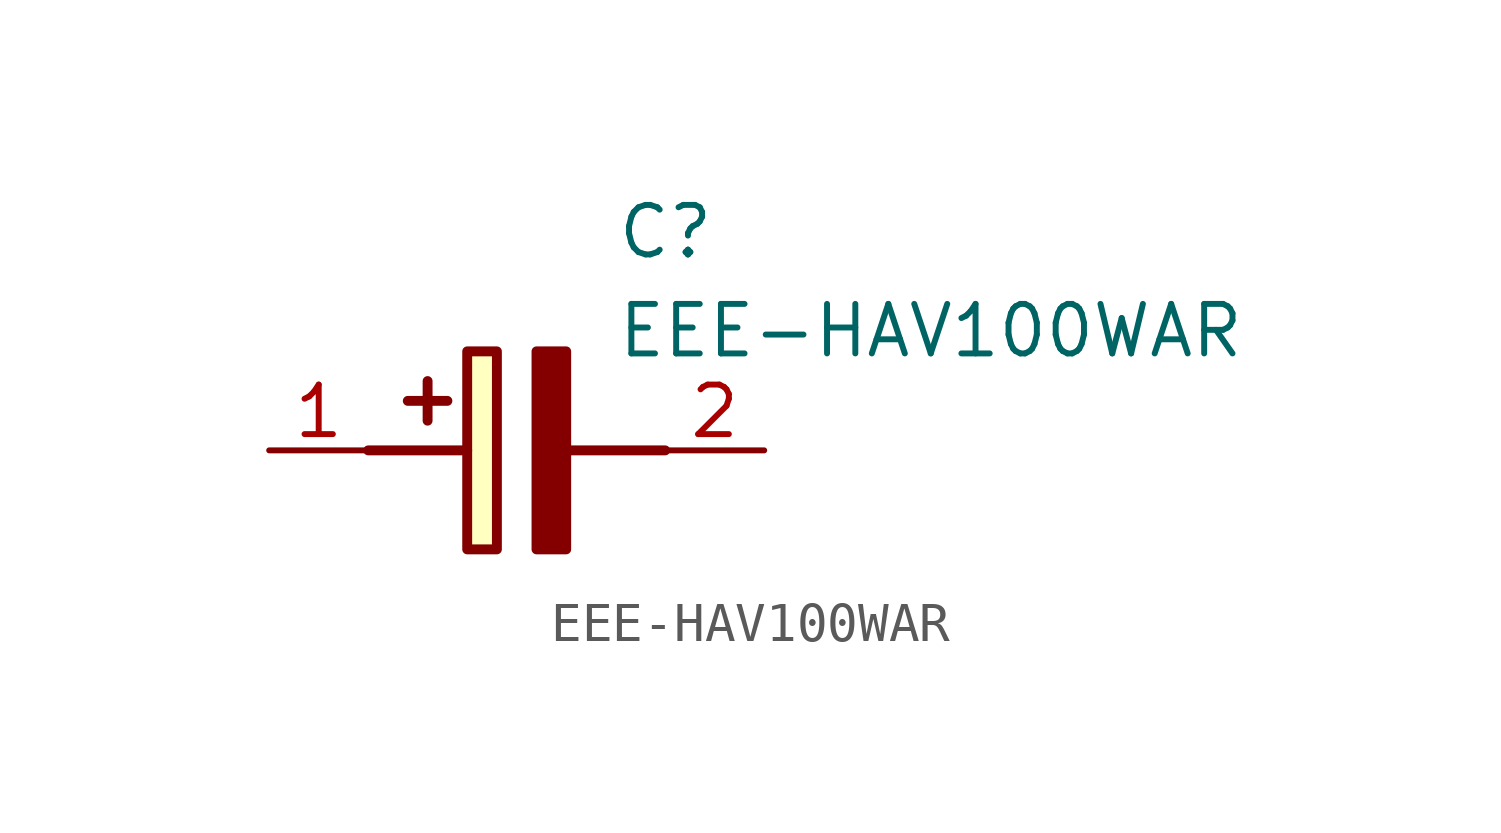
<source format=kicad_sym>
(kicad_symbol_lib
  (version 20211014)
  (generator SamacSys_ECAD_Model)
  (symbol "EEE-HAV100WAR"
    (pin_names hide)
    (property "Reference" "C"
      (at 8.89 6.35 0)
      (effects (font (size 1.27 1.27)) (justify left top)))
    (property "Value" "EEE-HAV100WAR"
      (at 8.89 3.81 0)
      (effects (font (size 1.27 1.27)) (justify left top)))
    (rectangle
      (start 5.08 2.54)
      (end 5.842 -2.54)
      (stroke (width 0.254) (type default))
      (fill (type background)))
    (polyline
      (pts (xy 4.572 1.27) (xy 3.556 1.27))
      (stroke (width 0.254) (type default))
      (fill (type none)))
    (polyline
      (pts (xy 4.064 1.778) (xy 4.064 0.762))
      (stroke (width 0.254) (type default))
      (fill (type none)))
    (polyline
      (pts (xy 2.54 0) (xy 5.08 0))
      (stroke (width 0.254) (type default))
      (fill (type none)))
    (polyline
      (pts (xy 7.62 0) (xy 10.16 0))
      (stroke (width 0.254) (type default))
      (fill (type none)))
    (polyline
      (pts (xy 7.62 2.54) (xy 7.62 -2.54) (xy 6.858 -2.54) (xy 6.858 2.54) (xy 7.62 2.54))
      (stroke (width 0.254) (type default))
      (fill (type outline)))
    (pin passive line
      (at 0 0 0)
      (length 2.54)
      (name "+" (effects (font (size 1.27 1.27))))
      (number "1" (effects (font (size 1.27 1.27)))))
    (pin passive line
      (at 12.7 0 180)
      (length 2.54)
      (name "-" (effects (font (size 1.27 1.27))))
      (number "2" (effects (font (size 1.27 1.27)))))))
</source>
